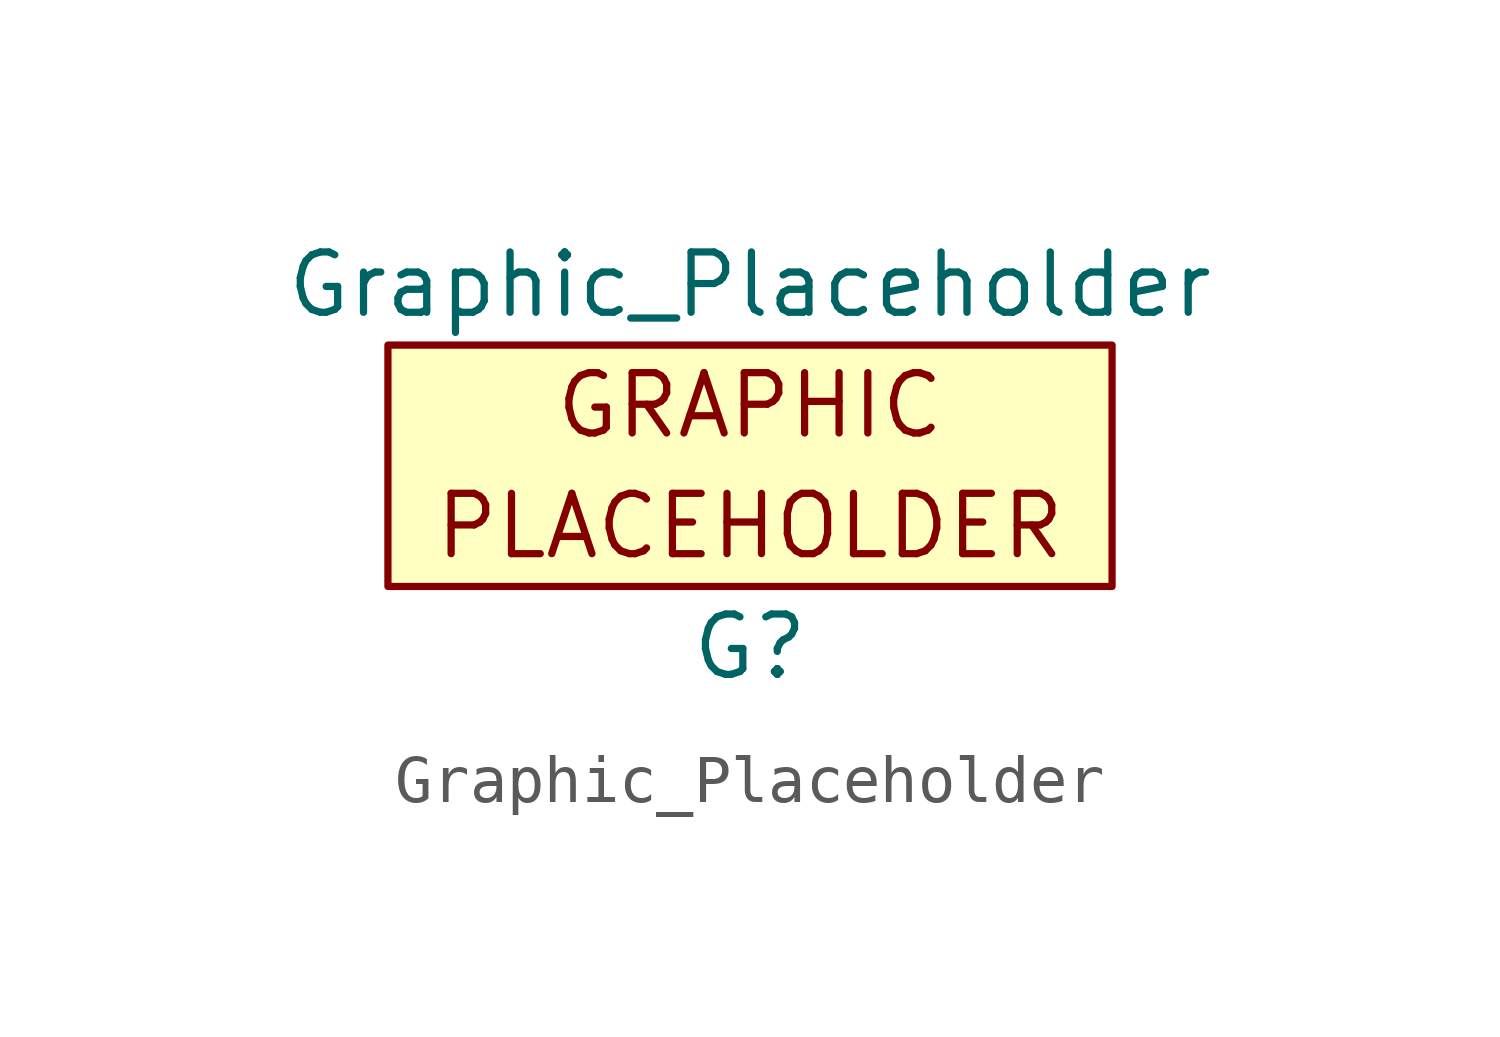
<source format=kicad_sym>
(kicad_symbol_lib
  (version 20220914)
  (generator kicad_symbol_editor)
  (symbol "Graphic_Placeholder"
    (pin_names
      (offset 1.016))
    (property "Reference" "G"
      (at 0 -3.81 0)
      (effects (font (size 1.27 1.27))))
    (property "Value" "Graphic_Placeholder"
      (at 0 3.81 0)
      (effects (font (size 1.27 1.27))))
    (symbol "Graphic_Placeholder_0_0"
      (rectangle (start -7.62 2.54) (end 7.62 -2.54) (stroke (width 0) (type solid)) (fill (type background)))
      (text "GRAPHIC" (at 0 1.27 0) (effects (font (size 1.27 1.27))))
      (text "PLACEHOLDER" (at 0 -1.27 0) (effects (font (size 1.27 1.27)))))))
</source>
